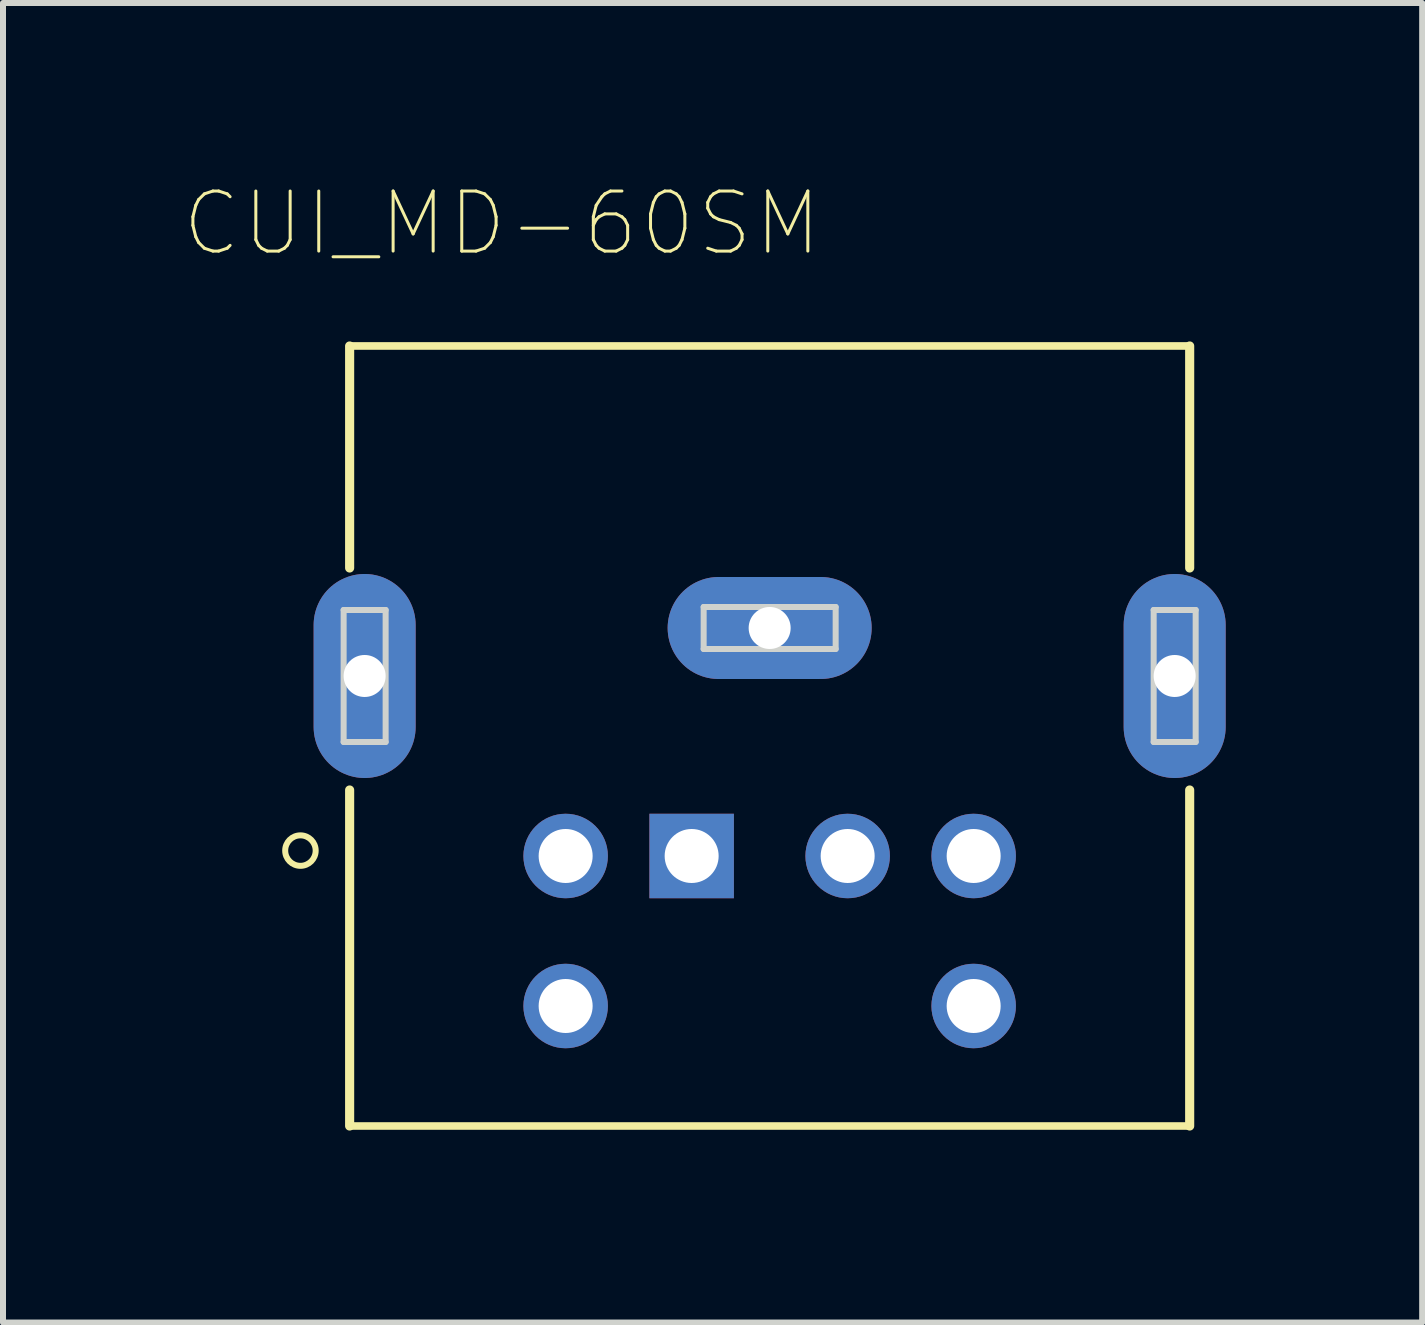
<source format=kicad_pcb>
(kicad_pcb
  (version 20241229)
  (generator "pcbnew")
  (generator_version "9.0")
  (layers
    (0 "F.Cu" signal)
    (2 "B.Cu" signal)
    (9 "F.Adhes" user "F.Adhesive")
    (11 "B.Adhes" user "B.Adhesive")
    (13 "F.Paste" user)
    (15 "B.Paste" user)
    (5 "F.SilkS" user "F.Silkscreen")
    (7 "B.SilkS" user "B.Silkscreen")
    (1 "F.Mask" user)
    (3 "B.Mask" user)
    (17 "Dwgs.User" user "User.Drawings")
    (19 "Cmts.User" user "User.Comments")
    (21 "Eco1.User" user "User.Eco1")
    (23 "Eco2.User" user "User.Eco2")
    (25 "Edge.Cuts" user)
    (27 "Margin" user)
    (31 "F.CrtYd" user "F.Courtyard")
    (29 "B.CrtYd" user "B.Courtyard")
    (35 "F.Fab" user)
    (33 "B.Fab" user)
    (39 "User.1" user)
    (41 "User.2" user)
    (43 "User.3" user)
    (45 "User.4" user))
  (footprint "CUI_MD-60SM"
    (layer "F.Cu")
    (at 9.777 9.216)
    (property "Reference" "CUI_MD-60SM" (at -4.464 -8.542 0) (layer "F.SilkS") (effects (font (size 1.001 1.001) (thickness 0.05))))
    (attr through_hole)
    (fp_line (start -7 -6.5) (end -7 -2.8) (stroke (width 0.152) (type solid)) (layer "F.SilkS"))
    (fp_line (start -7 -6.5) (end 7 -6.5) (stroke (width 0.127) (type solid)) (layer "F.SilkS"))
    (fp_line (start -7 6.5) (end -7 0.9) (stroke (width 0.152) (type solid)) (layer "F.SilkS"))
    (fp_line (start 7 -6.5) (end 7 -2.8) (stroke (width 0.152) (type solid)) (layer "F.SilkS"))
    (fp_line (start 7 6.5) (end -7 6.5) (stroke (width 0.127) (type solid)) (layer "F.SilkS"))
    (fp_line (start 7 6.5) (end 7 0.9) (stroke (width 0.152) (type solid)) (layer "F.SilkS"))
    (fp_circle (center -7.82 1.91) (end -7.566 1.91) (stroke (width 0.1) (type solid)) (fill no) (layer "F.SilkS"))
    (fp_line (start -7.85 -2.8) (end -7.3 -2.8) (stroke (width 0.05) (type solid)) (layer "Eco1.User"))
    (fp_line (start -7.85 0.9) (end -7.85 -2.8) (stroke (width 0.05) (type solid)) (layer "Eco1.User"))
    (fp_line (start -7.3 -6.75) (end 7.3 -6.75) (stroke (width 0.05) (type solid)) (layer "Eco1.User"))
    (fp_line (start -7.3 -2.8) (end -7.3 -6.75) (stroke (width 0.05) (type solid)) (layer "Eco1.User"))
    (fp_line (start -7.3 0.9) (end -7.85 0.9) (stroke (width 0.05) (type solid)) (layer "Eco1.User"))
    (fp_line (start -7.3 6.75) (end -7.3 0.9) (stroke (width 0.05) (type solid)) (layer "Eco1.User"))
    (fp_line (start 7.3 -6.75) (end 7.3 -2.8) (stroke (width 0.05) (type solid)) (layer "Eco1.User"))
    (fp_line (start 7.3 -2.8) (end 7.85 -2.8) (stroke (width 0.05) (type solid)) (layer "Eco1.User"))
    (fp_line (start 7.3 0.9) (end 7.3 6.75) (stroke (width 0.05) (type solid)) (layer "Eco1.User"))
    (fp_line (start 7.3 6.75) (end -7.3 6.75) (stroke (width 0.05) (type solid)) (layer "Eco1.User"))
    (fp_line (start 7.85 -2.8) (end 7.85 0.9) (stroke (width 0.05) (type solid)) (layer "Eco1.User"))
    (fp_line (start 7.85 0.9) (end 7.3 0.9) (stroke (width 0.05) (type solid)) (layer "Eco1.User"))
    (fp_line (start -7 -6.5) (end -3.5 -6.5) (stroke (width 0.152) (type solid)) (layer "Eco2.User"))
    (fp_line (start -7 6.5) (end -7 -6.5) (stroke (width 0.152) (type solid)) (layer "Eco2.User"))
    (fp_line (start -3.5 -6.5) (end -3.5 -0.5) (stroke (width 0.152) (type solid)) (layer "Eco2.User"))
    (fp_line (start -3.5 -6.5) (end 3.5 -6.5) (stroke (width 0.152) (type solid)) (layer "Eco2.User"))
    (fp_line (start -3.5 -0.5) (end 3.5 -0.5) (stroke (width 0.152) (type solid)) (layer "Eco2.User"))
    (fp_line (start -1.448 -6.42) (end -1.448 -5.612) (stroke (width 0.152) (type solid)) (layer "Eco2.User"))
    (fp_line (start -1.448 -5.612) (end 1.448 -5.612) (stroke (width 0.152) (type solid)) (layer "Eco2.User"))
    (fp_line (start 1.448 -5.612) (end 1.448 -6.42) (stroke (width 0.152) (type solid)) (layer "Eco2.User"))
    (fp_line (start 3.5 -6.5) (end 7 -6.5) (stroke (width 0.152) (type solid)) (layer "Eco2.User"))
    (fp_line (start 3.5 -0.5) (end 3.5 -6.5) (stroke (width 0.152) (type solid)) (layer "Eco2.User"))
    (fp_line (start 7 -6.5) (end 7 6.5) (stroke (width 0.152) (type solid)) (layer "Eco2.User"))
    (fp_line (start 7 6.5) (end -7 6.5) (stroke (width 0.152) (type solid)) (layer "Eco2.User"))
    (fp_circle (center -7.82 1.91) (end -7.62 1.91) (stroke (width 0.1) (type solid)) (fill no) (layer "Eco2.User"))
    (fp_line (start -7.1 -2.1) (end -6.4 -2.1) (stroke (width 0.1) (type solid)) (layer "Edge.Cuts"))
    (fp_line (start -7.1 0.1) (end -7.1 -2.1) (stroke (width 0.1) (type solid)) (layer "Edge.Cuts"))
    (fp_line (start -6.4 -2.1) (end -6.4 0.1) (stroke (width 0.1) (type solid)) (layer "Edge.Cuts"))
    (fp_line (start -6.4 0.1) (end -7.1 0.1) (stroke (width 0.1) (type solid)) (layer "Edge.Cuts"))
    (fp_line (start -1.1 -2.15) (end 1.1 -2.15) (stroke (width 0.1) (type solid)) (layer "Edge.Cuts"))
    (fp_line (start -1.1 -1.45) (end -1.1 -2.15) (stroke (width 0.1) (type solid)) (layer "Edge.Cuts"))
    (fp_line (start 1.1 -2.15) (end 1.1 -1.45) (stroke (width 0.1) (type solid)) (layer "Edge.Cuts"))
    (fp_line (start 1.1 -1.45) (end -1.1 -1.45) (stroke (width 0.1) (type solid)) (layer "Edge.Cuts"))
    (fp_line (start 6.4 -2.1) (end 7.1 -2.1) (stroke (width 0.1) (type solid)) (layer "Edge.Cuts"))
    (fp_line (start 6.4 0.1) (end 6.4 -2.1) (stroke (width 0.1) (type solid)) (layer "Edge.Cuts"))
    (fp_line (start 7.1 -2.1) (end 7.1 0.1) (stroke (width 0.1) (type solid)) (layer "Edge.Cuts"))
    (fp_line (start 7.1 0.1) (end 6.4 0.1) (stroke (width 0.1) (type solid)) (layer "Edge.Cuts"))
    (fp_text user "PANEL~{FRONT}" (at -1.092 -5.888 0) (layer "Edge.Cuts") (effects (font (size 1 1) (thickness 0.05))))
    (pad "1" thru_hole rect (at -1.3 2) (size 1.408 1.408) (drill 0.9) (layers "*.Cu" "*.Mask"))
    (pad "2" thru_hole circle (at 1.3 2) (size 1.408 1.408) (drill 0.9) (layers "*.Cu" "*.Mask"))
    (pad "3" thru_hole circle (at -3.4 2) (size 1.408 1.408) (drill 0.9) (layers "*.Cu" "*.Mask"))
    (pad "4" thru_hole circle (at 3.4 2) (size 1.408 1.408) (drill 0.9) (layers "*.Cu" "*.Mask"))
    (pad "5" thru_hole circle (at -3.4 4.5) (size 1.408 1.408) (drill 0.9) (layers "*.Cu" "*.Mask"))
    (pad "6" thru_hole circle (at 3.4 4.5) (size 1.408 1.408) (drill 0.9) (layers "*.Cu" "*.Mask"))
    (pad "S1" thru_hole oval (at 0 -1.8) (size 3.4 1.7) (drill 0.7) (layers "*.Cu" "*.Mask"))
    (pad "S2" thru_hole oval (at -6.75 -1 90) (size 3.4 1.7) (drill 0.7) (layers "*.Cu" "*.Mask"))
    (pad "S3" thru_hole oval (at 6.75 -1 90) (size 3.4 1.7) (drill 0.7) (layers "*.Cu" "*.Mask")))
  (gr_rect
    (start -3 -3)
    (end 20.652 18.991)
    (stroke (width 0.1) (type default))
    (fill no)
    (layer "Edge.Cuts")))
</source>
